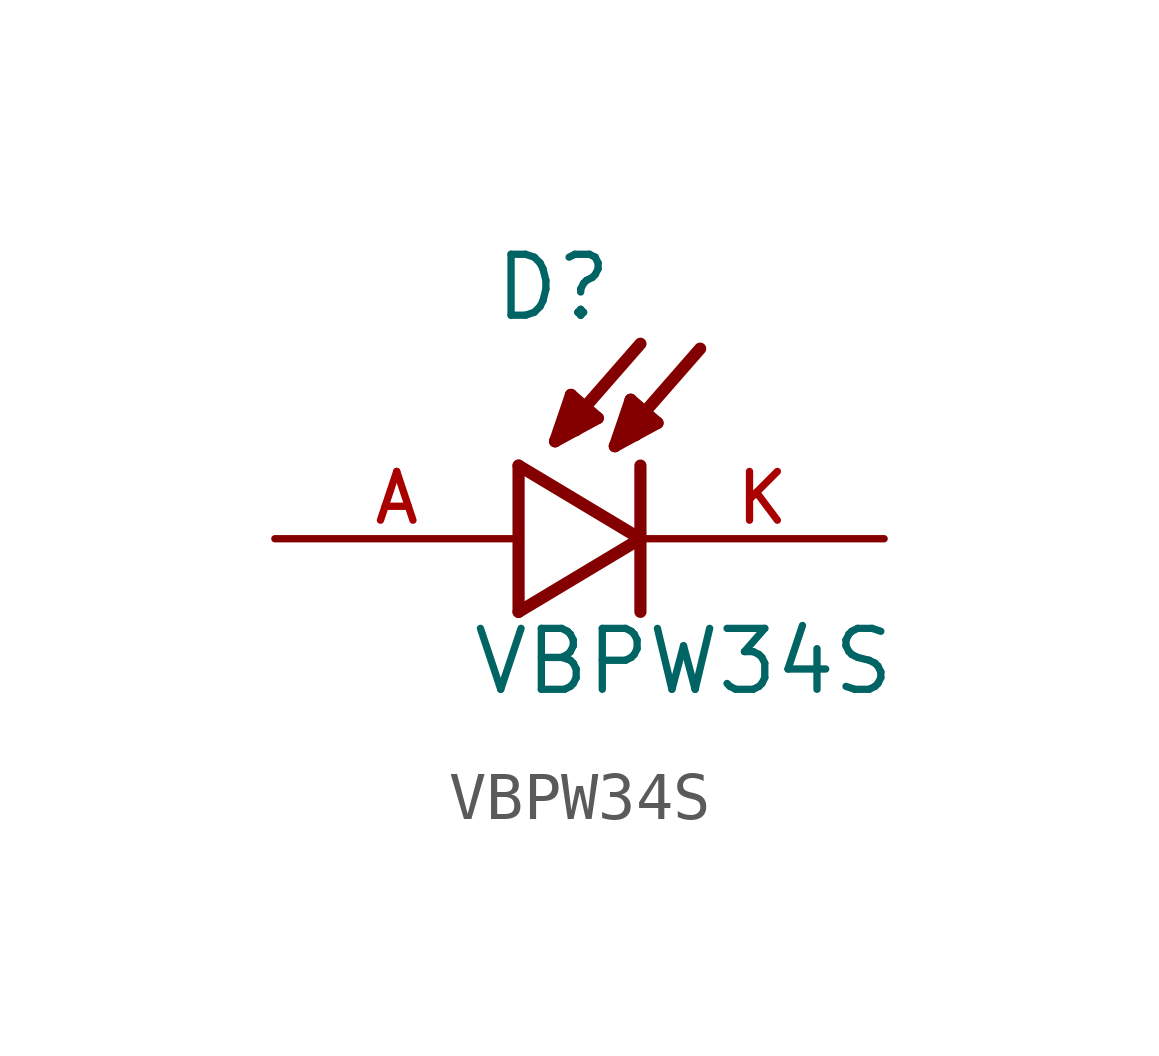
<source format=kicad_sym>
(kicad_symbol_lib
  (version 20211014)
  (generator kicad_symbol_editor)
  (symbol "VBPW34S"
    (pin_names
      (offset 1.016))
    (property "Reference" "D"
      (at -0.559 4.496 0)
      (effects (font (size 1.27 1.27)) (justify bottom left)))
    (property "Value" "VBPW34S"
      (at -1.016 -3.302 0)
      (effects (font (size 1.27 1.27)) (justify bottom left)))
    (symbol "VBPW34S_0_0"
      (polyline (pts (xy 0.0 1.524) (xy 0.0 -1.524)) (stroke (width 0.254)))
      (polyline (pts (xy 0.0 -1.524) (xy 2.54 0.0)) (stroke (width 0.254)))
      (polyline (pts (xy 2.54 0.0) (xy 0.0 1.524)) (stroke (width 0.254)))
      (polyline (pts (xy 2.54 1.524) (xy 2.54 -1.524)) (stroke (width 0.254)))
      (polyline (pts (xy 0.762 2.032) (xy 2.54 4.064)) (stroke (width 0.254)))
      (polyline (pts (xy 1.092 2.997) (xy 1.651 2.515)) (stroke (width 0.254)))
      (polyline (pts (xy 1.651 2.515) (xy 0.762 2.032)) (stroke (width 0.254)))
      (polyline (pts (xy 0.762 2.032) (xy 1.092 2.997)) (stroke (width 0.254)))
      (polyline (pts (xy 1.092 2.997) (xy 1.067 2.261)) (stroke (width 0.254)))
      (polyline (pts (xy 1.067 2.261) (xy 1.194 2.261)) (stroke (width 0.254)))
      (polyline (pts (xy 1.473 2.591) (xy 1.245 2.438)) (stroke (width 0.254)))
      (polyline (pts (xy 2.007 1.93) (xy 3.785 3.962)) (stroke (width 0.254)))
      (polyline (pts (xy 2.337 2.896) (xy 2.896 2.413)) (stroke (width 0.254)))
      (polyline (pts (xy 2.896 2.413) (xy 2.007 1.93)) (stroke (width 0.254)))
      (polyline (pts (xy 2.007 1.93) (xy 2.337 2.896)) (stroke (width 0.254)))
      (polyline (pts (xy 2.337 2.896) (xy 2.311 2.159)) (stroke (width 0.254)))
      (polyline (pts (xy 2.311 2.159) (xy 2.438 2.159)) (stroke (width 0.254)))
      (polyline (pts (xy 2.718 2.489) (xy 2.489 2.337)) (stroke (width 0.254)))
      (pin passive line (at 7.62 0.0 180.0) (length 5.08) (name "~" (effects (font (size 1.016 1.016)))) (number "K" (effects (font (size 1.016 1.016)))))
      (pin passive line (at -5.08 0.0 0) (length 5.08) (name "~" (effects (font (size 1.016 1.016)))) (number "A" (effects (font (size 1.016 1.016))))))))
</source>
